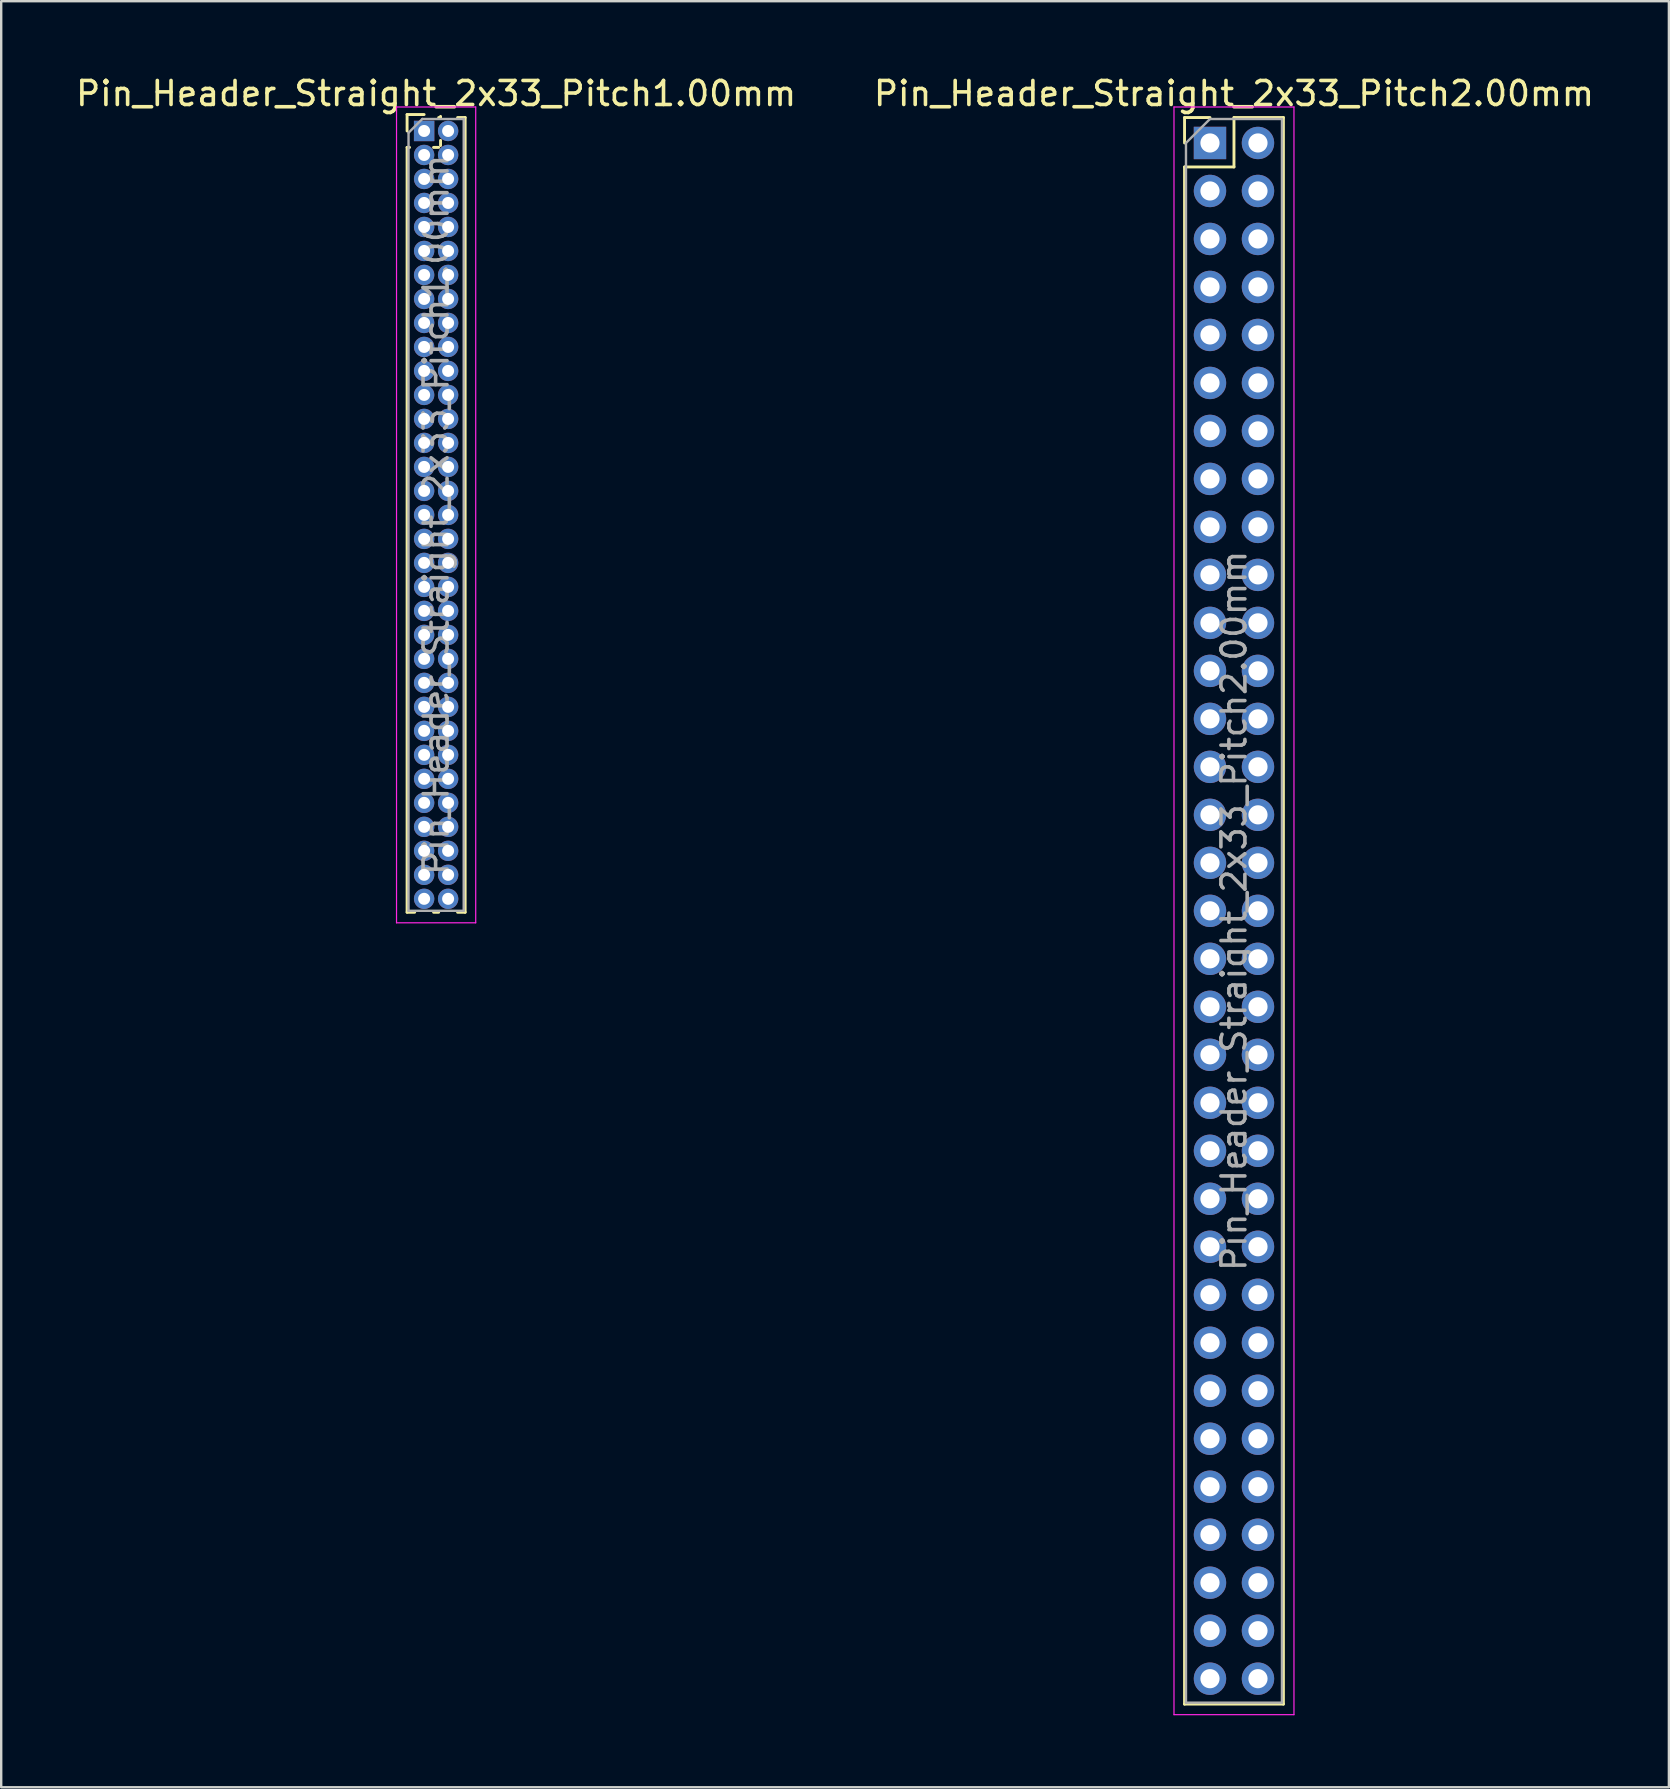
<source format=kicad_pcb>
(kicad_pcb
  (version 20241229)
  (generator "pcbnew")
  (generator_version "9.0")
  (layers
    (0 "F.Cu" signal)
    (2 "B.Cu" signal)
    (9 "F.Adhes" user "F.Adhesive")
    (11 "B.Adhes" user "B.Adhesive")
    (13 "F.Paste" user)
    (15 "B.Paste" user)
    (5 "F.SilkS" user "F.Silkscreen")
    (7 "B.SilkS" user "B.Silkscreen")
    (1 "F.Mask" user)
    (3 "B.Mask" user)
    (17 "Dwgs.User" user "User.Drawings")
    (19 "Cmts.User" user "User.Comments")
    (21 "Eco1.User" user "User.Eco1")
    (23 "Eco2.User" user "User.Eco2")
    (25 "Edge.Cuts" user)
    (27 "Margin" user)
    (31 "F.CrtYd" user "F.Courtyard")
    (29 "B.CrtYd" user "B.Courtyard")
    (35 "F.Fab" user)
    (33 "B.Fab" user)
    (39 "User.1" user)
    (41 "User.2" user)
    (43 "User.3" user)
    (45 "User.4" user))
  (footprint "Pin_Header_Straight_2x33_Pitch2.00mm"
    (layer "F.Cu")
    (at 47.375 2.908)
    (property "Reference" "Pin_Header_Straight_2x33_Pitch2.00mm" (at 1 -2.06 0) (layer "F.SilkS") (effects (font (size 1 1) (thickness 0.15))))
    (attr through_hole)
    (fp_line (start -1.06 -1.06) (end 0 -1.06) (stroke (width 0.12) (type solid)) (layer "F.SilkS"))
    (fp_line (start -1.06 0) (end -1.06 -1.06) (stroke (width 0.12) (type solid)) (layer "F.SilkS"))
    (fp_line (start -1.06 1) (end -1.06 65.06) (stroke (width 0.12) (type solid)) (layer "F.SilkS"))
    (fp_line (start -1.06 1) (end 1 1) (stroke (width 0.12) (type solid)) (layer "F.SilkS"))
    (fp_line (start -1.06 65.06) (end 3.06 65.06) (stroke (width 0.12) (type solid)) (layer "F.SilkS"))
    (fp_line (start 1 -1.06) (end 3.06 -1.06) (stroke (width 0.12) (type solid)) (layer "F.SilkS"))
    (fp_line (start 1 1) (end 1 -1.06) (stroke (width 0.12) (type solid)) (layer "F.SilkS"))
    (fp_line (start 3.06 -1.06) (end 3.06 65.06) (stroke (width 0.12) (type solid)) (layer "F.SilkS"))
    (fp_line (start -1.5 -1.5) (end -1.5 65.5) (stroke (width 0.05) (type solid)) (layer "F.CrtYd"))
    (fp_line (start -1.5 65.5) (end 3.5 65.5) (stroke (width 0.05) (type solid)) (layer "F.CrtYd"))
    (fp_line (start 3.5 -1.5) (end -1.5 -1.5) (stroke (width 0.05) (type solid)) (layer "F.CrtYd"))
    (fp_line (start 3.5 65.5) (end 3.5 -1.5) (stroke (width 0.05) (type solid)) (layer "F.CrtYd"))
    (fp_line (start -1 0) (end 0 -1) (stroke (width 0.1) (type solid)) (layer "F.Fab"))
    (fp_line (start -1 65) (end -1 0) (stroke (width 0.1) (type solid)) (layer "F.Fab"))
    (fp_line (start 0 -1) (end 3 -1) (stroke (width 0.1) (type solid)) (layer "F.Fab"))
    (fp_line (start 3 -1) (end 3 65) (stroke (width 0.1) (type solid)) (layer "F.Fab"))
    (fp_line (start 3 65) (end -1 65) (stroke (width 0.1) (type solid)) (layer "F.Fab"))
    (fp_text user "${REFERENCE}" (at 1 32 90) (layer "F.Fab") (effects (font (size 1 1) (thickness 0.15))))
    (pad "1" thru_hole rect (at 0 0) (size 1.35 1.35) (drill 0.8) (layers "*.Cu" "*.Mask"))
    (pad "2" thru_hole oval (at 2 0) (size 1.35 1.35) (drill 0.8) (layers "*.Cu" "*.Mask"))
    (pad "3" thru_hole oval (at 0 2) (size 1.35 1.35) (drill 0.8) (layers "*.Cu" "*.Mask"))
    (pad "4" thru_hole oval (at 2 2) (size 1.35 1.35) (drill 0.8) (layers "*.Cu" "*.Mask"))
    (pad "5" thru_hole oval (at 0 4) (size 1.35 1.35) (drill 0.8) (layers "*.Cu" "*.Mask"))
    (pad "6" thru_hole oval (at 2 4) (size 1.35 1.35) (drill 0.8) (layers "*.Cu" "*.Mask"))
    (pad "7" thru_hole oval (at 0 6) (size 1.35 1.35) (drill 0.8) (layers "*.Cu" "*.Mask"))
    (pad "8" thru_hole oval (at 2 6) (size 1.35 1.35) (drill 0.8) (layers "*.Cu" "*.Mask"))
    (pad "9" thru_hole oval (at 0 8) (size 1.35 1.35) (drill 0.8) (layers "*.Cu" "*.Mask"))
    (pad "10" thru_hole oval (at 2 8) (size 1.35 1.35) (drill 0.8) (layers "*.Cu" "*.Mask"))
    (pad "11" thru_hole oval (at 0 10) (size 1.35 1.35) (drill 0.8) (layers "*.Cu" "*.Mask"))
    (pad "12" thru_hole oval (at 2 10) (size 1.35 1.35) (drill 0.8) (layers "*.Cu" "*.Mask"))
    (pad "13" thru_hole oval (at 0 12) (size 1.35 1.35) (drill 0.8) (layers "*.Cu" "*.Mask"))
    (pad "14" thru_hole oval (at 2 12) (size 1.35 1.35) (drill 0.8) (layers "*.Cu" "*.Mask"))
    (pad "15" thru_hole oval (at 0 14) (size 1.35 1.35) (drill 0.8) (layers "*.Cu" "*.Mask"))
    (pad "16" thru_hole oval (at 2 14) (size 1.35 1.35) (drill 0.8) (layers "*.Cu" "*.Mask"))
    (pad "17" thru_hole oval (at 0 16) (size 1.35 1.35) (drill 0.8) (layers "*.Cu" "*.Mask"))
    (pad "18" thru_hole oval (at 2 16) (size 1.35 1.35) (drill 0.8) (layers "*.Cu" "*.Mask"))
    (pad "19" thru_hole oval (at 0 18) (size 1.35 1.35) (drill 0.8) (layers "*.Cu" "*.Mask"))
    (pad "20" thru_hole oval (at 2 18) (size 1.35 1.35) (drill 0.8) (layers "*.Cu" "*.Mask"))
    (pad "21" thru_hole oval (at 0 20) (size 1.35 1.35) (drill 0.8) (layers "*.Cu" "*.Mask"))
    (pad "22" thru_hole oval (at 2 20) (size 1.35 1.35) (drill 0.8) (layers "*.Cu" "*.Mask"))
    (pad "23" thru_hole oval (at 0 22) (size 1.35 1.35) (drill 0.8) (layers "*.Cu" "*.Mask"))
    (pad "24" thru_hole oval (at 2 22) (size 1.35 1.35) (drill 0.8) (layers "*.Cu" "*.Mask"))
    (pad "25" thru_hole oval (at 0 24) (size 1.35 1.35) (drill 0.8) (layers "*.Cu" "*.Mask"))
    (pad "26" thru_hole oval (at 2 24) (size 1.35 1.35) (drill 0.8) (layers "*.Cu" "*.Mask"))
    (pad "27" thru_hole oval (at 0 26) (size 1.35 1.35) (drill 0.8) (layers "*.Cu" "*.Mask"))
    (pad "28" thru_hole oval (at 2 26) (size 1.35 1.35) (drill 0.8) (layers "*.Cu" "*.Mask"))
    (pad "29" thru_hole oval (at 0 28) (size 1.35 1.35) (drill 0.8) (layers "*.Cu" "*.Mask"))
    (pad "30" thru_hole oval (at 2 28) (size 1.35 1.35) (drill 0.8) (layers "*.Cu" "*.Mask"))
    (pad "31" thru_hole oval (at 0 30) (size 1.35 1.35) (drill 0.8) (layers "*.Cu" "*.Mask"))
    (pad "32" thru_hole oval (at 2 30) (size 1.35 1.35) (drill 0.8) (layers "*.Cu" "*.Mask"))
    (pad "33" thru_hole oval (at 0 32) (size 1.35 1.35) (drill 0.8) (layers "*.Cu" "*.Mask"))
    (pad "34" thru_hole oval (at 2 32) (size 1.35 1.35) (drill 0.8) (layers "*.Cu" "*.Mask"))
    (pad "35" thru_hole oval (at 0 34) (size 1.35 1.35) (drill 0.8) (layers "*.Cu" "*.Mask"))
    (pad "36" thru_hole oval (at 2 34) (size 1.35 1.35) (drill 0.8) (layers "*.Cu" "*.Mask"))
    (pad "37" thru_hole oval (at 0 36) (size 1.35 1.35) (drill 0.8) (layers "*.Cu" "*.Mask"))
    (pad "38" thru_hole oval (at 2 36) (size 1.35 1.35) (drill 0.8) (layers "*.Cu" "*.Mask"))
    (pad "39" thru_hole oval (at 0 38) (size 1.35 1.35) (drill 0.8) (layers "*.Cu" "*.Mask"))
    (pad "40" thru_hole oval (at 2 38) (size 1.35 1.35) (drill 0.8) (layers "*.Cu" "*.Mask"))
    (pad "41" thru_hole oval (at 0 40) (size 1.35 1.35) (drill 0.8) (layers "*.Cu" "*.Mask"))
    (pad "42" thru_hole oval (at 2 40) (size 1.35 1.35) (drill 0.8) (layers "*.Cu" "*.Mask"))
    (pad "43" thru_hole oval (at 0 42) (size 1.35 1.35) (drill 0.8) (layers "*.Cu" "*.Mask"))
    (pad "44" thru_hole oval (at 2 42) (size 1.35 1.35) (drill 0.8) (layers "*.Cu" "*.Mask"))
    (pad "45" thru_hole oval (at 0 44) (size 1.35 1.35) (drill 0.8) (layers "*.Cu" "*.Mask"))
    (pad "46" thru_hole oval (at 2 44) (size 1.35 1.35) (drill 0.8) (layers "*.Cu" "*.Mask"))
    (pad "47" thru_hole oval (at 0 46) (size 1.35 1.35) (drill 0.8) (layers "*.Cu" "*.Mask"))
    (pad "48" thru_hole oval (at 2 46) (size 1.35 1.35) (drill 0.8) (layers "*.Cu" "*.Mask"))
    (pad "49" thru_hole oval (at 0 48) (size 1.35 1.35) (drill 0.8) (layers "*.Cu" "*.Mask"))
    (pad "50" thru_hole oval (at 2 48) (size 1.35 1.35) (drill 0.8) (layers "*.Cu" "*.Mask"))
    (pad "51" thru_hole oval (at 0 50) (size 1.35 1.35) (drill 0.8) (layers "*.Cu" "*.Mask"))
    (pad "52" thru_hole oval (at 2 50) (size 1.35 1.35) (drill 0.8) (layers "*.Cu" "*.Mask"))
    (pad "53" thru_hole oval (at 0 52) (size 1.35 1.35) (drill 0.8) (layers "*.Cu" "*.Mask"))
    (pad "54" thru_hole oval (at 2 52) (size 1.35 1.35) (drill 0.8) (layers "*.Cu" "*.Mask"))
    (pad "55" thru_hole oval (at 0 54) (size 1.35 1.35) (drill 0.8) (layers "*.Cu" "*.Mask"))
    (pad "56" thru_hole oval (at 2 54) (size 1.35 1.35) (drill 0.8) (layers "*.Cu" "*.Mask"))
    (pad "57" thru_hole oval (at 0 56) (size 1.35 1.35) (drill 0.8) (layers "*.Cu" "*.Mask"))
    (pad "58" thru_hole oval (at 2 56) (size 1.35 1.35) (drill 0.8) (layers "*.Cu" "*.Mask"))
    (pad "59" thru_hole oval (at 0 58) (size 1.35 1.35) (drill 0.8) (layers "*.Cu" "*.Mask"))
    (pad "60" thru_hole oval (at 2 58) (size 1.35 1.35) (drill 0.8) (layers "*.Cu" "*.Mask"))
    (pad "61" thru_hole oval (at 0 60) (size 1.35 1.35) (drill 0.8) (layers "*.Cu" "*.Mask"))
    (pad "62" thru_hole oval (at 2 60) (size 1.35 1.35) (drill 0.8) (layers "*.Cu" "*.Mask"))
    (pad "63" thru_hole oval (at 0 62) (size 1.35 1.35) (drill 0.8) (layers "*.Cu" "*.Mask"))
    (pad "64" thru_hole oval (at 2 62) (size 1.35 1.35) (drill 0.8) (layers "*.Cu" "*.Mask"))
    (pad "65" thru_hole oval (at 0 64) (size 1.35 1.35) (drill 0.8) (layers "*.Cu" "*.Mask"))
    (pad "66" thru_hole oval (at 2 64) (size 1.35 1.35) (drill 0.8) (layers "*.Cu" "*.Mask")))
  (footprint "Pin_Header_Straight_2x33_Pitch1.00mm"
    (layer "F.Cu")
    (at 14.625 2.408)
    (property "Reference" "Pin_Header_Straight_2x33_Pitch1.00mm" (at 0.5 -1.56 0) (layer "F.SilkS") (effects (font (size 1 1) (thickness 0.15))))
    (attr through_hole)
    (fp_line (start -0.71 -0.685) (end 0 -0.685) (stroke (width 0.12) (type solid)) (layer "F.SilkS"))
    (fp_line (start -0.71 0) (end -0.71 -0.685) (stroke (width 0.12) (type solid)) (layer "F.SilkS"))
    (fp_line (start -0.71 0.685) (end -0.71 32.56) (stroke (width 0.12) (type solid)) (layer "F.SilkS"))
    (fp_line (start -0.71 0.685) (end -0.608 0.685) (stroke (width 0.12) (type solid)) (layer "F.SilkS"))
    (fp_line (start -0.71 32.56) (end -0.394 32.56) (stroke (width 0.12) (type solid)) (layer "F.SilkS"))
    (fp_line (start 0.394 32.56) (end 0.606 32.56) (stroke (width 0.12) (type solid)) (layer "F.SilkS"))
    (fp_line (start 0.608 0.685) (end 0.392 0.685) (stroke (width 0.12) (type solid)) (layer "F.SilkS"))
    (fp_line (start 0.685 -0.608) (end 0.685 -0.56) (stroke (width 0.12) (type solid)) (layer "F.SilkS"))
    (fp_line (start 0.685 -0.56) (end 0.606 -0.56) (stroke (width 0.12) (type solid)) (layer "F.SilkS"))
    (fp_line (start 0.685 0.392) (end 0.685 0.608) (stroke (width 0.12) (type solid)) (layer "F.SilkS"))
    (fp_line (start 1.394 -0.56) (end 1.71 -0.56) (stroke (width 0.12) (type solid)) (layer "F.SilkS"))
    (fp_line (start 1.394 32.56) (end 1.71 32.56) (stroke (width 0.12) (type solid)) (layer "F.SilkS"))
    (fp_line (start 1.71 -0.56) (end 1.71 32.56) (stroke (width 0.12) (type solid)) (layer "F.SilkS"))
    (fp_line (start -1.15 -1) (end -1.15 33) (stroke (width 0.05) (type solid)) (layer "F.CrtYd"))
    (fp_line (start -1.15 33) (end 2.15 33) (stroke (width 0.05) (type solid)) (layer "F.CrtYd"))
    (fp_line (start 2.15 -1) (end -1.15 -1) (stroke (width 0.05) (type solid)) (layer "F.CrtYd"))
    (fp_line (start 2.15 33) (end 2.15 -1) (stroke (width 0.05) (type solid)) (layer "F.CrtYd"))
    (fp_line (start -0.65 0.075) (end -0.075 -0.5) (stroke (width 0.1) (type solid)) (layer "F.Fab"))
    (fp_line (start -0.65 32.5) (end -0.65 0.075) (stroke (width 0.1) (type solid)) (layer "F.Fab"))
    (fp_line (start -0.075 -0.5) (end 1.65 -0.5) (stroke (width 0.1) (type solid)) (layer "F.Fab"))
    (fp_line (start 1.65 -0.5) (end 1.65 32.5) (stroke (width 0.1) (type solid)) (layer "F.Fab"))
    (fp_line (start 1.65 32.5) (end -0.65 32.5) (stroke (width 0.1) (type solid)) (layer "F.Fab"))
    (fp_text user "${REFERENCE}" (at 0.5 16 90) (layer "F.Fab") (effects (font (size 1 1) (thickness 0.15))))
    (pad "1" thru_hole rect (at 0 0) (size 0.85 0.85) (drill 0.5) (layers "*.Cu" "*.Mask"))
    (pad "2" thru_hole oval (at 1 0) (size 0.85 0.85) (drill 0.5) (layers "*.Cu" "*.Mask"))
    (pad "3" thru_hole oval (at 0 1) (size 0.85 0.85) (drill 0.5) (layers "*.Cu" "*.Mask"))
    (pad "4" thru_hole oval (at 1 1) (size 0.85 0.85) (drill 0.5) (layers "*.Cu" "*.Mask"))
    (pad "5" thru_hole oval (at 0 2) (size 0.85 0.85) (drill 0.5) (layers "*.Cu" "*.Mask"))
    (pad "6" thru_hole oval (at 1 2) (size 0.85 0.85) (drill 0.5) (layers "*.Cu" "*.Mask"))
    (pad "7" thru_hole oval (at 0 3) (size 0.85 0.85) (drill 0.5) (layers "*.Cu" "*.Mask"))
    (pad "8" thru_hole oval (at 1 3) (size 0.85 0.85) (drill 0.5) (layers "*.Cu" "*.Mask"))
    (pad "9" thru_hole oval (at 0 4) (size 0.85 0.85) (drill 0.5) (layers "*.Cu" "*.Mask"))
    (pad "10" thru_hole oval (at 1 4) (size 0.85 0.85) (drill 0.5) (layers "*.Cu" "*.Mask"))
    (pad "11" thru_hole oval (at 0 5) (size 0.85 0.85) (drill 0.5) (layers "*.Cu" "*.Mask"))
    (pad "12" thru_hole oval (at 1 5) (size 0.85 0.85) (drill 0.5) (layers "*.Cu" "*.Mask"))
    (pad "13" thru_hole oval (at 0 6) (size 0.85 0.85) (drill 0.5) (layers "*.Cu" "*.Mask"))
    (pad "14" thru_hole oval (at 1 6) (size 0.85 0.85) (drill 0.5) (layers "*.Cu" "*.Mask"))
    (pad "15" thru_hole oval (at 0 7) (size 0.85 0.85) (drill 0.5) (layers "*.Cu" "*.Mask"))
    (pad "16" thru_hole oval (at 1 7) (size 0.85 0.85) (drill 0.5) (layers "*.Cu" "*.Mask"))
    (pad "17" thru_hole oval (at 0 8) (size 0.85 0.85) (drill 0.5) (layers "*.Cu" "*.Mask"))
    (pad "18" thru_hole oval (at 1 8) (size 0.85 0.85) (drill 0.5) (layers "*.Cu" "*.Mask"))
    (pad "19" thru_hole oval (at 0 9) (size 0.85 0.85) (drill 0.5) (layers "*.Cu" "*.Mask"))
    (pad "20" thru_hole oval (at 1 9) (size 0.85 0.85) (drill 0.5) (layers "*.Cu" "*.Mask"))
    (pad "21" thru_hole oval (at 0 10) (size 0.85 0.85) (drill 0.5) (layers "*.Cu" "*.Mask"))
    (pad "22" thru_hole oval (at 1 10) (size 0.85 0.85) (drill 0.5) (layers "*.Cu" "*.Mask"))
    (pad "23" thru_hole oval (at 0 11) (size 0.85 0.85) (drill 0.5) (layers "*.Cu" "*.Mask"))
    (pad "24" thru_hole oval (at 1 11) (size 0.85 0.85) (drill 0.5) (layers "*.Cu" "*.Mask"))
    (pad "25" thru_hole oval (at 0 12) (size 0.85 0.85) (drill 0.5) (layers "*.Cu" "*.Mask"))
    (pad "26" thru_hole oval (at 1 12) (size 0.85 0.85) (drill 0.5) (layers "*.Cu" "*.Mask"))
    (pad "27" thru_hole oval (at 0 13) (size 0.85 0.85) (drill 0.5) (layers "*.Cu" "*.Mask"))
    (pad "28" thru_hole oval (at 1 13) (size 0.85 0.85) (drill 0.5) (layers "*.Cu" "*.Mask"))
    (pad "29" thru_hole oval (at 0 14) (size 0.85 0.85) (drill 0.5) (layers "*.Cu" "*.Mask"))
    (pad "30" thru_hole oval (at 1 14) (size 0.85 0.85) (drill 0.5) (layers "*.Cu" "*.Mask"))
    (pad "31" thru_hole oval (at 0 15) (size 0.85 0.85) (drill 0.5) (layers "*.Cu" "*.Mask"))
    (pad "32" thru_hole oval (at 1 15) (size 0.85 0.85) (drill 0.5) (layers "*.Cu" "*.Mask"))
    (pad "33" thru_hole oval (at 0 16) (size 0.85 0.85) (drill 0.5) (layers "*.Cu" "*.Mask"))
    (pad "34" thru_hole oval (at 1 16) (size 0.85 0.85) (drill 0.5) (layers "*.Cu" "*.Mask"))
    (pad "35" thru_hole oval (at 0 17) (size 0.85 0.85) (drill 0.5) (layers "*.Cu" "*.Mask"))
    (pad "36" thru_hole oval (at 1 17) (size 0.85 0.85) (drill 0.5) (layers "*.Cu" "*.Mask"))
    (pad "37" thru_hole oval (at 0 18) (size 0.85 0.85) (drill 0.5) (layers "*.Cu" "*.Mask"))
    (pad "38" thru_hole oval (at 1 18) (size 0.85 0.85) (drill 0.5) (layers "*.Cu" "*.Mask"))
    (pad "39" thru_hole oval (at 0 19) (size 0.85 0.85) (drill 0.5) (layers "*.Cu" "*.Mask"))
    (pad "40" thru_hole oval (at 1 19) (size 0.85 0.85) (drill 0.5) (layers "*.Cu" "*.Mask"))
    (pad "41" thru_hole oval (at 0 20) (size 0.85 0.85) (drill 0.5) (layers "*.Cu" "*.Mask"))
    (pad "42" thru_hole oval (at 1 20) (size 0.85 0.85) (drill 0.5) (layers "*.Cu" "*.Mask"))
    (pad "43" thru_hole oval (at 0 21) (size 0.85 0.85) (drill 0.5) (layers "*.Cu" "*.Mask"))
    (pad "44" thru_hole oval (at 1 21) (size 0.85 0.85) (drill 0.5) (layers "*.Cu" "*.Mask"))
    (pad "45" thru_hole oval (at 0 22) (size 0.85 0.85) (drill 0.5) (layers "*.Cu" "*.Mask"))
    (pad "46" thru_hole oval (at 1 22) (size 0.85 0.85) (drill 0.5) (layers "*.Cu" "*.Mask"))
    (pad "47" thru_hole oval (at 0 23) (size 0.85 0.85) (drill 0.5) (layers "*.Cu" "*.Mask"))
    (pad "48" thru_hole oval (at 1 23) (size 0.85 0.85) (drill 0.5) (layers "*.Cu" "*.Mask"))
    (pad "49" thru_hole oval (at 0 24) (size 0.85 0.85) (drill 0.5) (layers "*.Cu" "*.Mask"))
    (pad "50" thru_hole oval (at 1 24) (size 0.85 0.85) (drill 0.5) (layers "*.Cu" "*.Mask"))
    (pad "51" thru_hole oval (at 0 25) (size 0.85 0.85) (drill 0.5) (layers "*.Cu" "*.Mask"))
    (pad "52" thru_hole oval (at 1 25) (size 0.85 0.85) (drill 0.5) (layers "*.Cu" "*.Mask"))
    (pad "53" thru_hole oval (at 0 26) (size 0.85 0.85) (drill 0.5) (layers "*.Cu" "*.Mask"))
    (pad "54" thru_hole oval (at 1 26) (size 0.85 0.85) (drill 0.5) (layers "*.Cu" "*.Mask"))
    (pad "55" thru_hole oval (at 0 27) (size 0.85 0.85) (drill 0.5) (layers "*.Cu" "*.Mask"))
    (pad "56" thru_hole oval (at 1 27) (size 0.85 0.85) (drill 0.5) (layers "*.Cu" "*.Mask"))
    (pad "57" thru_hole oval (at 0 28) (size 0.85 0.85) (drill 0.5) (layers "*.Cu" "*.Mask"))
    (pad "58" thru_hole oval (at 1 28) (size 0.85 0.85) (drill 0.5) (layers "*.Cu" "*.Mask"))
    (pad "59" thru_hole oval (at 0 29) (size 0.85 0.85) (drill 0.5) (layers "*.Cu" "*.Mask"))
    (pad "60" thru_hole oval (at 1 29) (size 0.85 0.85) (drill 0.5) (layers "*.Cu" "*.Mask"))
    (pad "61" thru_hole oval (at 0 30) (size 0.85 0.85) (drill 0.5) (layers "*.Cu" "*.Mask"))
    (pad "62" thru_hole oval (at 1 30) (size 0.85 0.85) (drill 0.5) (layers "*.Cu" "*.Mask"))
    (pad "63" thru_hole oval (at 0 31) (size 0.85 0.85) (drill 0.5) (layers "*.Cu" "*.Mask"))
    (pad "64" thru_hole oval (at 1 31) (size 0.85 0.85) (drill 0.5) (layers "*.Cu" "*.Mask"))
    (pad "65" thru_hole oval (at 0 32) (size 0.85 0.85) (drill 0.5) (layers "*.Cu" "*.Mask"))
    (pad "66" thru_hole oval (at 1 32) (size 0.85 0.85) (drill 0.5) (layers "*.Cu" "*.Mask")))
  (gr_rect
    (start -3 -3)
    (end 66.5 71.433)
    (stroke (width 0.1) (type default))
    (fill no)
    (layer "Edge.Cuts")))
</source>
